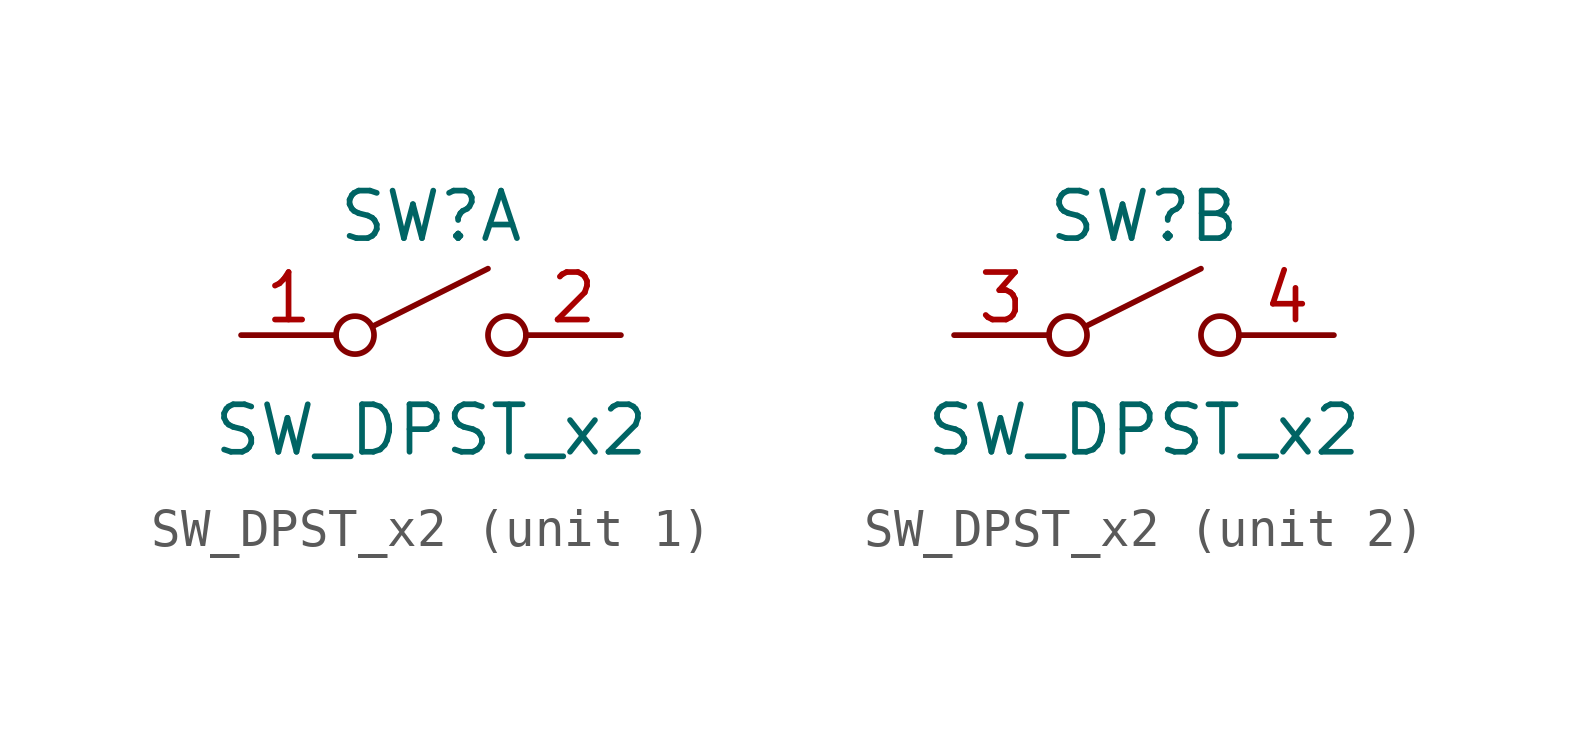
<source format=kicad_sym>
(kicad_symbol_lib
  (version 20201005)
  (generator kicad_symbol_editor)
  (symbol "Switch:SW_DPST_x2"
    (pin_names
      (offset 0) hide)
    (property "Reference" "SW"
      (at 0 3.175 0)
      (effects (font (size 1.27 1.27))))
    (property "Value" "SW_DPST_x2"
      (at 0 -2.54 0)
      (effects (font (size 1.27 1.27))))
    (symbol "SW_DPST_x2_0_0"
      (circle (center -2.032 0) (radius 0.508) (stroke (width 0)) (fill (type none)))
      (circle (center 2.032 0) (radius 0.508) (stroke (width 0)) (fill (type none)))
      (polyline (pts (xy -1.524 0.254) (xy 1.524 1.778)) (stroke (width 0)) (fill (type none))))
    (symbol "SW_DPST_x2_1_1"
      (pin passive line (at -5.08 0 0) (length 2.54) (name "A" (effects (font (size 1.27 1.27)))) (number "1" (effects (font (size 1.27 1.27)))))
      (pin passive line (at 5.08 0 180) (length 2.54) (name "B" (effects (font (size 1.27 1.27)))) (number "2" (effects (font (size 1.27 1.27))))))
    (symbol "SW_DPST_x2_2_1"
      (pin passive line (at -5.08 0 0) (length 2.54) (name "A" (effects (font (size 1.27 1.27)))) (number "3" (effects (font (size 1.27 1.27)))))
      (pin passive line (at 5.08 0 180) (length 2.54) (name "B" (effects (font (size 1.27 1.27)))) (number "4" (effects (font (size 1.27 1.27))))))))
</source>
